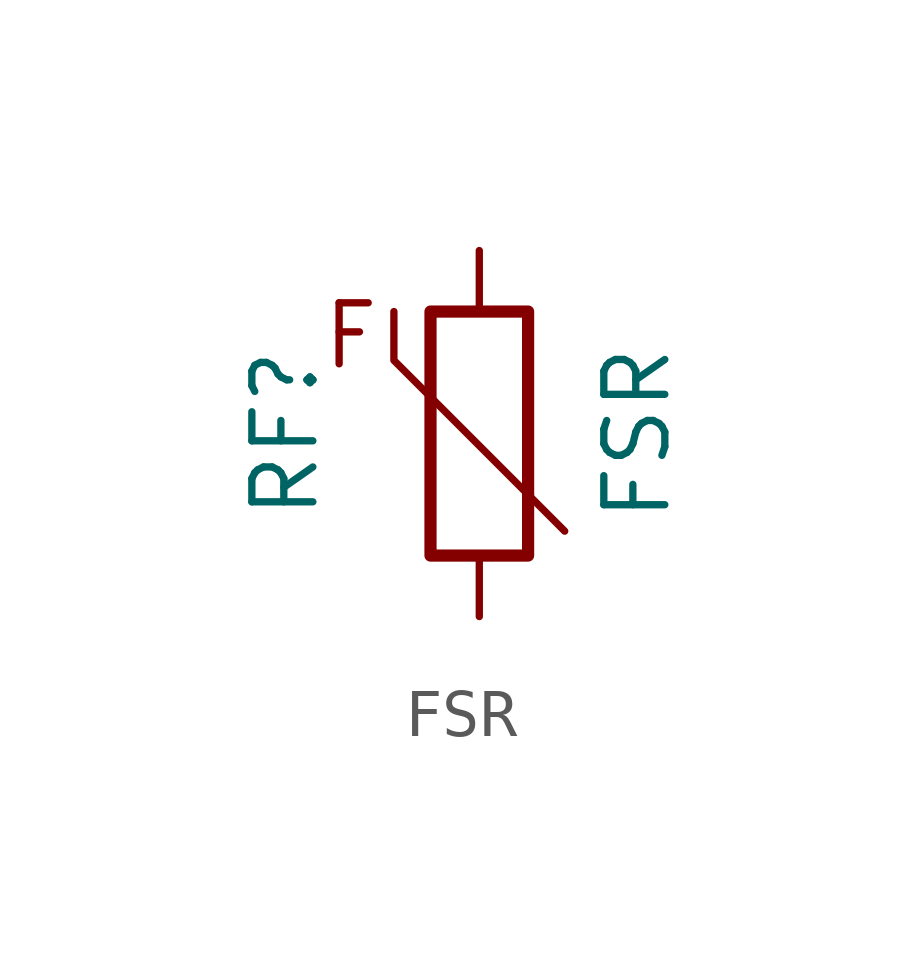
<source format=kicad_sym>
(kicad_symbol_lib
  (version 20220914)
  (generator kicad_symbol_editor)
  (symbol "FSR"
    (pin_numbers hide)
    (pin_names
      (offset 0) hide)
    (property "Reference" "RF"
      (at -3.302 0 90)
      (effects (font (size 1.27 1.27)) (justify bottom)))
    (property "Value" "FSR"
      (at 2.54 0 90)
      (effects (font (size 1.27 1.27)) (justify top)))
    (symbol "FSR_0_1"
      (rectangle (start -1.016 2.54) (end 1.016 -2.54) (stroke (width 0.254) (type solid)) (fill (type none)))
      (polyline (pts (xy -1.778 2.54) (xy -1.778 1.524) (xy 1.778 -2.032)) (stroke (width 0) (type solid)) (fill (type none))))
    (symbol "FSR_1_1"
      (text "F" (at -2.032 2.032 0) (effects (font (size 1.27 1.27)) (justify right)))
      (pin passive line (at 0 3.81 270) (length 1.27) (name "~" (effects (font (size 1.27 1.27)))) (number "1" (effects (font (size 1.27 1.27)))))
      (pin passive line (at 0 -3.81 90) (length 1.27) (name "~" (effects (font (size 1.27 1.27)))) (number "2" (effects (font (size 1.27 1.27))))))))
</source>
